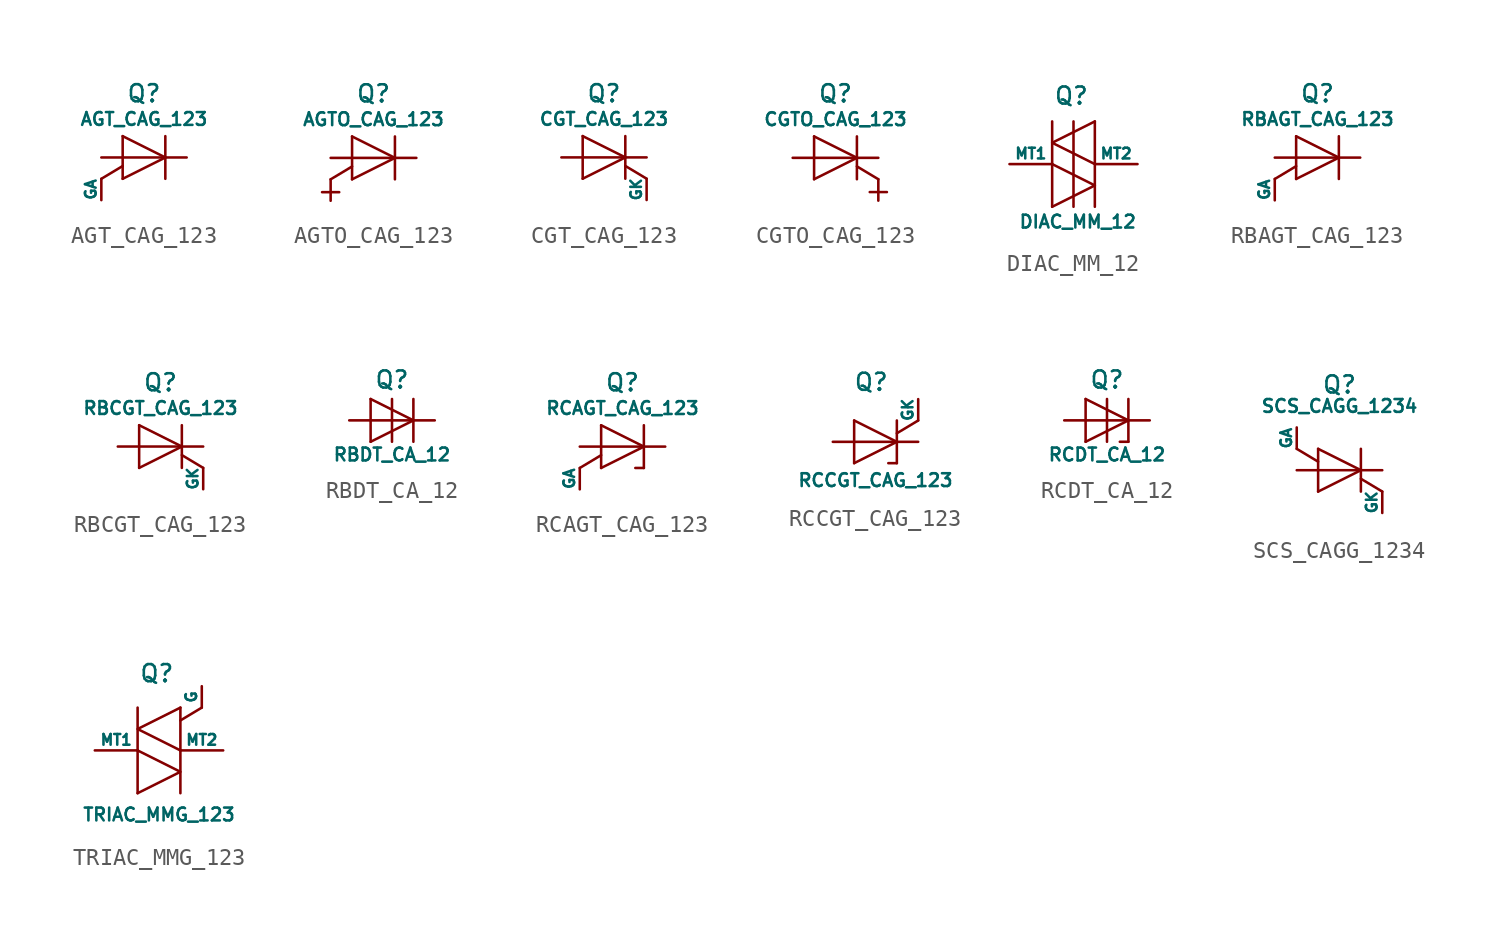
<source format=kicad_sym>
(kicad_symbol_lib
  (version 20211014)
  (generator kicad_symbol_editor)
  (symbol "AGT_CAG_123"
    (pin_numbers hide)
    (pin_names
      (offset 0))
    (property "Reference" "Q"
      (at 0 3.81 0)
      (effects (font (size 1.016 1.016))))
    (property "Value" "AGT_CAG_123"
      (at 0 2.286 0)
      (effects (font (size 0.762 0.762))))
    (property "Footprint" ""
      (at 0 0 0)
      (effects (font (size 1.524 1.524))))
    (property "Datasheet" ""
      (at 0 0 0)
      (effects (font (size 1.524 1.524))))
    (symbol "AGT_CAG_123_0_1"
      (polyline (pts (xy -1.27 -0.508) (xy -2.54 -1.27)) (stroke (width 0) (type default) (color 0 0 0 0)) (fill (type none)))
      (polyline (pts (xy -1.27 0) (xy 1.27 0)) (stroke (width 0) (type default) (color 0 0 0 0)) (fill (type none)))
      (polyline (pts (xy -1.27 1.27) (xy -1.27 -1.27)) (stroke (width 0) (type default) (color 0 0 0 0)) (fill (type none)))
      (polyline (pts (xy 1.27 1.27) (xy 1.27 -1.27)) (stroke (width 0) (type default) (color 0 0 0 0)) (fill (type none)))
      (polyline (pts (xy -1.27 1.27) (xy 1.27 0) (xy -1.27 -1.27)) (stroke (width 0) (type default) (color 0 0 0 0)) (fill (type none))))
    (symbol "AGT_CAG_123_1_1"
      (pin passive line (at 2.54 0 180) (length 1.27) (name "~" (effects (font (size 0.635 0.635)))) (number "1" (effects (font (size 0.635 0.635)))))
      (pin passive line (at -2.54 0 0) (length 1.27) (name "~" (effects (font (size 0.635 0.635)))) (number "2" (effects (font (size 0.635 0.635)))))
      (pin passive line (at -2.54 -2.54 90) (length 1.27) (name "GA" (effects (font (size 0.635 0.635)))) (number "3" (effects (font (size 0.635 0.635)))))))
  (symbol "AGTO_CAG_123"
    (pin_numbers hide)
    (pin_names
      (offset 0) hide)
    (property "Reference" "Q"
      (at 0 3.81 0)
      (effects (font (size 1.016 1.016))))
    (property "Value" "AGTO_CAG_123"
      (at 0 2.286 0)
      (effects (font (size 0.762 0.762))))
    (property "Footprint" ""
      (at 0 0 0)
      (effects (font (size 1.524 1.524))))
    (property "Datasheet" ""
      (at 0 0 0)
      (effects (font (size 1.524 1.524))))
    (symbol "AGTO_CAG_123_0_1"
      (polyline (pts (xy -3.048 -2.032) (xy -2.032 -2.032)) (stroke (width 0) (type default) (color 0 0 0 0)) (fill (type none)))
      (polyline (pts (xy -1.27 -0.508) (xy -2.54 -1.27)) (stroke (width 0) (type default) (color 0 0 0 0)) (fill (type none)))
      (polyline (pts (xy -1.27 0) (xy 1.27 0)) (stroke (width 0) (type default) (color 0 0 0 0)) (fill (type none)))
      (polyline (pts (xy -1.27 1.27) (xy -1.27 -1.27)) (stroke (width 0) (type default) (color 0 0 0 0)) (fill (type none)))
      (polyline (pts (xy 1.27 1.27) (xy 1.27 -1.27)) (stroke (width 0) (type default) (color 0 0 0 0)) (fill (type none)))
      (polyline (pts (xy -1.27 1.27) (xy 1.27 0) (xy -1.27 -1.27)) (stroke (width 0) (type default) (color 0 0 0 0)) (fill (type none))))
    (symbol "AGTO_CAG_123_1_1"
      (pin passive line (at 2.54 0 180) (length 1.27) (name "~" (effects (font (size 0.635 0.635)))) (number "1" (effects (font (size 0.635 0.635)))))
      (pin passive line (at -2.54 0 0) (length 1.27) (name "~" (effects (font (size 0.635 0.635)))) (number "2" (effects (font (size 0.635 0.635)))))
      (pin passive line (at -2.54 -2.54 90) (length 1.27) (name "GA" (effects (font (size 0.635 0.635)))) (number "3" (effects (font (size 0.635 0.635)))))))
  (symbol "CGT_CAG_123"
    (pin_numbers hide)
    (pin_names
      (offset 0))
    (property "Reference" "Q"
      (at 0 3.81 0)
      (effects (font (size 1.016 1.016))))
    (property "Value" "CGT_CAG_123"
      (at 0 2.286 0)
      (effects (font (size 0.762 0.762))))
    (property "Footprint" ""
      (at 0 0 0)
      (effects (font (size 1.524 1.524))))
    (property "Datasheet" ""
      (at 0 0 0)
      (effects (font (size 1.524 1.524))))
    (symbol "CGT_CAG_123_0_1"
      (polyline (pts (xy -1.27 0) (xy 1.27 0)) (stroke (width 0) (type default) (color 0 0 0 0)) (fill (type none)))
      (polyline (pts (xy -1.27 1.27) (xy -1.27 -1.27)) (stroke (width 0) (type default) (color 0 0 0 0)) (fill (type none)))
      (polyline (pts (xy 1.27 -0.508) (xy 2.54 -1.27)) (stroke (width 0) (type default) (color 0 0 0 0)) (fill (type none)))
      (polyline (pts (xy 1.27 1.27) (xy 1.27 -1.27)) (stroke (width 0) (type default) (color 0 0 0 0)) (fill (type none)))
      (polyline (pts (xy -1.27 1.27) (xy 1.27 0) (xy -1.27 -1.27)) (stroke (width 0) (type default) (color 0 0 0 0)) (fill (type none))))
    (symbol "CGT_CAG_123_1_1"
      (pin passive line (at 2.54 0 180) (length 1.27) (name "~" (effects (font (size 0.635 0.635)))) (number "1" (effects (font (size 0.635 0.635)))))
      (pin passive line (at -2.54 0 0) (length 1.27) (name "~" (effects (font (size 0.635 0.635)))) (number "2" (effects (font (size 0.635 0.635)))))
      (pin passive line (at 2.54 -2.54 90) (length 1.27) (name "GK" (effects (font (size 0.635 0.635)))) (number "3" (effects (font (size 0.635 0.635)))))))
  (symbol "CGTO_CAG_123"
    (pin_numbers hide)
    (pin_names
      (offset 0) hide)
    (property "Reference" "Q"
      (at 0 3.81 0)
      (effects (font (size 1.016 1.016))))
    (property "Value" "CGTO_CAG_123"
      (at 0 2.286 0)
      (effects (font (size 0.762 0.762))))
    (property "Footprint" ""
      (at 0 0 0)
      (effects (font (size 1.524 1.524))))
    (property "Datasheet" ""
      (at 0 0 0)
      (effects (font (size 1.524 1.524))))
    (symbol "CGTO_CAG_123_0_1"
      (polyline (pts (xy -1.27 0) (xy 1.27 0)) (stroke (width 0) (type default) (color 0 0 0 0)) (fill (type none)))
      (polyline (pts (xy -1.27 1.27) (xy -1.27 -1.27)) (stroke (width 0) (type default) (color 0 0 0 0)) (fill (type none)))
      (polyline (pts (xy 1.27 -0.508) (xy 2.54 -1.27)) (stroke (width 0) (type default) (color 0 0 0 0)) (fill (type none)))
      (polyline (pts (xy 1.27 1.27) (xy 1.27 -1.27)) (stroke (width 0) (type default) (color 0 0 0 0)) (fill (type none)))
      (polyline (pts (xy 2.032 -2.032) (xy 3.048 -2.032)) (stroke (width 0) (type default) (color 0 0 0 0)) (fill (type none)))
      (polyline (pts (xy -1.27 1.27) (xy 1.27 0) (xy -1.27 -1.27)) (stroke (width 0) (type default) (color 0 0 0 0)) (fill (type none))))
    (symbol "CGTO_CAG_123_1_1"
      (pin passive line (at 2.54 0 180) (length 1.27) (name "~" (effects (font (size 0.635 0.635)))) (number "1" (effects (font (size 0.635 0.635)))))
      (pin passive line (at -2.54 0 0) (length 1.27) (name "~" (effects (font (size 0.635 0.635)))) (number "2" (effects (font (size 0.635 0.635)))))
      (pin passive line (at 2.54 -2.54 90) (length 1.27) (name "GK" (effects (font (size 0.635 0.635)))) (number "3" (effects (font (size 0.635 0.635)))))))
  (symbol "DIAC_MM_12"
    (pin_numbers hide)
    (pin_names
      (offset 0))
    (property "Reference" "Q"
      (at -0.127 4.064 0)
      (effects (font (size 1.016 1.016))))
    (property "Value" "DIAC_MM_12"
      (at 0.254 -3.429 0)
      (effects (font (size 0.762 0.762))))
    (property "Footprint" ""
      (at 0 0 0)
      (effects (font (size 1.524 1.524))))
    (property "Datasheet" ""
      (at 0 0 0)
      (effects (font (size 1.524 1.524))))
    (symbol "DIAC_MM_12_0_1"
      (polyline (pts (xy -1.27 0) (xy -1.27 -2.54)) (stroke (width 0) (type default) (color 0 0 0 0)) (fill (type none)))
      (polyline (pts (xy -1.27 2.54) (xy -1.27 0)) (stroke (width 0) (type default) (color 0 0 0 0)) (fill (type none)))
      (polyline (pts (xy 0 2.54) (xy 0 -2.54)) (stroke (width 0) (type default) (color 0 0 0 0)) (fill (type none)))
      (polyline (pts (xy 1.27 0) (xy 1.27 -2.54)) (stroke (width 0) (type default) (color 0 0 0 0)) (fill (type none)))
      (polyline (pts (xy 1.27 2.54) (xy 1.27 0)) (stroke (width 0) (type default) (color 0 0 0 0)) (fill (type none)))
      (polyline (pts (xy -1.27 0) (xy 1.27 -1.27) (xy -1.27 -2.54)) (stroke (width 0) (type default) (color 0 0 0 0)) (fill (type none)))
      (polyline (pts (xy 1.27 2.54) (xy -1.27 1.27) (xy 1.27 0)) (stroke (width 0) (type default) (color 0 0 0 0)) (fill (type none))))
    (symbol "DIAC_MM_12_1_1"
      (pin passive line (at -3.81 0 0) (length 2.54) (name "MT1" (effects (font (size 0.635 0.635)))) (number "1" (effects (font (size 0.635 0.635)))))
      (pin passive line (at 3.81 0 180) (length 2.54) (name "MT2" (effects (font (size 0.635 0.635)))) (number "2" (effects (font (size 0.635 0.635)))))))
  (symbol "RBAGT_CAG_123"
    (pin_numbers hide)
    (pin_names
      (offset 0))
    (property "Reference" "Q"
      (at 0 3.81 0)
      (effects (font (size 1.016 1.016))))
    (property "Value" "RBAGT_CAG_123"
      (at 0 2.286 0)
      (effects (font (size 0.762 0.762))))
    (property "Footprint" ""
      (at 0 0 0)
      (effects (font (size 1.524 1.524))))
    (property "Datasheet" ""
      (at 0 0 0)
      (effects (font (size 1.524 1.524))))
    (symbol "RBAGT_CAG_123_0_1"
      (polyline (pts (xy -1.27 -0.508) (xy -2.54 -1.27)) (stroke (width 0) (type default) (color 0 0 0 0)) (fill (type none)))
      (polyline (pts (xy -1.27 0) (xy 1.27 0)) (stroke (width 0) (type default) (color 0 0 0 0)) (fill (type none)))
      (polyline (pts (xy -1.27 1.27) (xy -1.27 -1.27)) (stroke (width 0) (type default) (color 0 0 0 0)) (fill (type none)))
      (polyline (pts (xy 1.27 1.27) (xy 1.27 -1.27)) (stroke (width 0) (type default) (color 0 0 0 0)) (fill (type none)))
      (polyline (pts (xy -1.27 1.27) (xy 1.27 0) (xy -1.27 -1.27)) (stroke (width 0) (type default) (color 0 0 0 0)) (fill (type none))))
    (symbol "RBAGT_CAG_123_1_1"
      (pin passive line (at 2.54 0 180) (length 1.27) (name "~" (effects (font (size 0.635 0.635)))) (number "1" (effects (font (size 0.635 0.635)))))
      (pin passive line (at -2.54 0 0) (length 1.27) (name "~" (effects (font (size 0.635 0.635)))) (number "2" (effects (font (size 0.635 0.635)))))
      (pin passive line (at -2.54 -2.54 90) (length 1.27) (name "GA" (effects (font (size 0.635 0.635)))) (number "3" (effects (font (size 0.635 0.635)))))))
  (symbol "RBCGT_CAG_123"
    (pin_numbers hide)
    (pin_names
      (offset 0))
    (property "Reference" "Q"
      (at 0 3.81 0)
      (effects (font (size 1.016 1.016))))
    (property "Value" "RBCGT_CAG_123"
      (at 0 2.286 0)
      (effects (font (size 0.762 0.762))))
    (property "Footprint" ""
      (at 0 0 0)
      (effects (font (size 1.524 1.524))))
    (property "Datasheet" ""
      (at 0 0 0)
      (effects (font (size 1.524 1.524))))
    (symbol "RBCGT_CAG_123_0_1"
      (polyline (pts (xy -1.27 0) (xy 1.27 0)) (stroke (width 0) (type default) (color 0 0 0 0)) (fill (type none)))
      (polyline (pts (xy -1.27 1.27) (xy -1.27 -1.27)) (stroke (width 0) (type default) (color 0 0 0 0)) (fill (type none)))
      (polyline (pts (xy 1.27 1.27) (xy 1.27 -1.27)) (stroke (width 0) (type default) (color 0 0 0 0)) (fill (type none)))
      (polyline (pts (xy 2.54 -1.27) (xy 1.27 -0.508)) (stroke (width 0) (type default) (color 0 0 0 0)) (fill (type none)))
      (polyline (pts (xy -1.27 1.27) (xy 1.27 0) (xy -1.27 -1.27)) (stroke (width 0) (type default) (color 0 0 0 0)) (fill (type none))))
    (symbol "RBCGT_CAG_123_1_1"
      (pin passive line (at 2.54 0 180) (length 1.27) (name "~" (effects (font (size 0.635 0.635)))) (number "1" (effects (font (size 0.635 0.635)))))
      (pin passive line (at -2.54 0 0) (length 1.27) (name "~" (effects (font (size 0.635 0.635)))) (number "2" (effects (font (size 0.635 0.635)))))
      (pin passive line (at 2.54 -2.54 90) (length 1.27) (name "GK" (effects (font (size 0.635 0.635)))) (number "3" (effects (font (size 0.635 0.635)))))))
  (symbol "RBDT_CA_12"
    (pin_numbers hide)
    (pin_names
      (offset 0))
    (property "Reference" "Q"
      (at 0 2.413 0)
      (effects (font (size 1.016 1.016))))
    (property "Value" "RBDT_CA_12"
      (at 0 -2.032 0)
      (effects (font (size 0.762 0.762))))
    (property "Footprint" ""
      (at 0 0 0)
      (effects (font (size 1.524 1.524))))
    (property "Datasheet" ""
      (at 0 0 0)
      (effects (font (size 1.524 1.524))))
    (symbol "RBDT_CA_12_0_1"
      (polyline (pts (xy -1.27 0) (xy 1.27 0)) (stroke (width 0) (type default) (color 0 0 0 0)) (fill (type none)))
      (polyline (pts (xy -1.27 1.27) (xy -1.27 -1.27)) (stroke (width 0) (type default) (color 0 0 0 0)) (fill (type none)))
      (polyline (pts (xy 0 1.27) (xy 0 -1.27)) (stroke (width 0) (type default) (color 0 0 0 0)) (fill (type none)))
      (polyline (pts (xy 1.27 1.27) (xy 1.27 -1.27)) (stroke (width 0) (type default) (color 0 0 0 0)) (fill (type none)))
      (polyline (pts (xy -1.27 1.27) (xy 1.27 0) (xy -1.27 -1.27)) (stroke (width 0) (type default) (color 0 0 0 0)) (fill (type none))))
    (symbol "RBDT_CA_12_1_1"
      (pin passive line (at 2.54 0 180) (length 1.27) (name "~" (effects (font (size 0.635 0.635)))) (number "1" (effects (font (size 0.635 0.635)))))
      (pin passive line (at -2.54 0 0) (length 1.27) (name "~" (effects (font (size 0.635 0.635)))) (number "2" (effects (font (size 0.635 0.635)))))))
  (symbol "RCAGT_CAG_123"
    (pin_numbers hide)
    (pin_names
      (offset 0))
    (property "Reference" "Q"
      (at 0 3.81 0)
      (effects (font (size 1.016 1.016))))
    (property "Value" "RCAGT_CAG_123"
      (at 0 2.286 0)
      (effects (font (size 0.762 0.762))))
    (property "Footprint" ""
      (at 0 0 0)
      (effects (font (size 1.524 1.524))))
    (property "Datasheet" ""
      (at 0 0 0)
      (effects (font (size 1.524 1.524))))
    (symbol "RCAGT_CAG_123_0_1"
      (polyline (pts (xy -1.27 -0.508) (xy -2.54 -1.27)) (stroke (width 0) (type default) (color 0 0 0 0)) (fill (type none)))
      (polyline (pts (xy -1.27 0) (xy 1.27 0)) (stroke (width 0) (type default) (color 0 0 0 0)) (fill (type none)))
      (polyline (pts (xy -1.27 1.27) (xy -1.27 -1.27)) (stroke (width 0) (type default) (color 0 0 0 0)) (fill (type none)))
      (polyline (pts (xy 1.27 -1.27) (xy 0.762 -1.27)) (stroke (width 0) (type default) (color 0 0 0 0)) (fill (type none)))
      (polyline (pts (xy 1.27 1.27) (xy 1.27 -1.27)) (stroke (width 0) (type default) (color 0 0 0 0)) (fill (type none)))
      (polyline (pts (xy -1.27 1.27) (xy 1.27 0) (xy -1.27 -1.27)) (stroke (width 0) (type default) (color 0 0 0 0)) (fill (type none))))
    (symbol "RCAGT_CAG_123_1_1"
      (pin passive line (at 2.54 0 180) (length 1.27) (name "~" (effects (font (size 0.635 0.635)))) (number "1" (effects (font (size 0.635 0.635)))))
      (pin passive line (at -2.54 0 0) (length 1.27) (name "~" (effects (font (size 0.635 0.635)))) (number "2" (effects (font (size 0.635 0.635)))))
      (pin passive line (at -2.54 -2.54 90) (length 1.27) (name "GA" (effects (font (size 0.635 0.635)))) (number "3" (effects (font (size 0.635 0.635)))))))
  (symbol "RCCGT_CAG_123"
    (pin_numbers hide)
    (pin_names
      (offset 0))
    (property "Reference" "Q"
      (at -0.254 3.556 0)
      (effects (font (size 1.016 1.016))))
    (property "Value" "RCCGT_CAG_123"
      (at 0 -2.286 0)
      (effects (font (size 0.762 0.762))))
    (property "Footprint" ""
      (at 0 0 0)
      (effects (font (size 1.524 1.524))))
    (property "Datasheet" ""
      (at 0 0 0)
      (effects (font (size 1.524 1.524))))
    (symbol "RCCGT_CAG_123_0_1"
      (polyline (pts (xy -1.27 0) (xy 1.27 0)) (stroke (width 0) (type default) (color 0 0 0 0)) (fill (type none)))
      (polyline (pts (xy -1.27 1.27) (xy -1.27 -1.27)) (stroke (width 0) (type default) (color 0 0 0 0)) (fill (type none)))
      (polyline (pts (xy 1.27 -1.27) (xy 0.762 -1.27)) (stroke (width 0) (type default) (color 0 0 0 0)) (fill (type none)))
      (polyline (pts (xy 1.27 1.27) (xy 1.27 -1.27)) (stroke (width 0) (type default) (color 0 0 0 0)) (fill (type none)))
      (polyline (pts (xy 2.54 1.27) (xy 1.27 0.508)) (stroke (width 0) (type default) (color 0 0 0 0)) (fill (type none)))
      (polyline (pts (xy -1.27 1.27) (xy 1.27 0) (xy -1.27 -1.27)) (stroke (width 0) (type default) (color 0 0 0 0)) (fill (type none))))
    (symbol "RCCGT_CAG_123_1_1"
      (pin passive line (at 2.54 0 180) (length 1.27) (name "~" (effects (font (size 0.635 0.635)))) (number "1" (effects (font (size 0.635 0.635)))))
      (pin passive line (at -2.54 0 0) (length 1.27) (name "~" (effects (font (size 0.635 0.635)))) (number "2" (effects (font (size 0.635 0.635)))))
      (pin passive line (at 2.54 2.54 270) (length 1.27) (name "GK" (effects (font (size 0.635 0.635)))) (number "3" (effects (font (size 0.635 0.635)))))))
  (symbol "RCDT_CA_12"
    (pin_numbers hide)
    (pin_names
      (offset 0))
    (property "Reference" "Q"
      (at 0 2.413 0)
      (effects (font (size 1.016 1.016))))
    (property "Value" "RCDT_CA_12"
      (at 0 -2.032 0)
      (effects (font (size 0.762 0.762))))
    (property "Footprint" ""
      (at 0 0 0)
      (effects (font (size 1.524 1.524))))
    (property "Datasheet" ""
      (at 0 0 0)
      (effects (font (size 1.524 1.524))))
    (symbol "RCDT_CA_12_0_1"
      (polyline (pts (xy -1.27 0) (xy 1.27 0)) (stroke (width 0) (type default) (color 0 0 0 0)) (fill (type none)))
      (polyline (pts (xy -1.27 1.27) (xy -1.27 -1.27)) (stroke (width 0) (type default) (color 0 0 0 0)) (fill (type none)))
      (polyline (pts (xy 0 1.27) (xy 0 -1.27)) (stroke (width 0) (type default) (color 0 0 0 0)) (fill (type none)))
      (polyline (pts (xy 0.762 -1.27) (xy 1.27 -1.27)) (stroke (width 0) (type default) (color 0 0 0 0)) (fill (type none)))
      (polyline (pts (xy 1.27 1.27) (xy 1.27 -1.27)) (stroke (width 0) (type default) (color 0 0 0 0)) (fill (type none)))
      (polyline (pts (xy -1.27 1.27) (xy 1.27 0) (xy -1.27 -1.27)) (stroke (width 0) (type default) (color 0 0 0 0)) (fill (type none))))
    (symbol "RCDT_CA_12_1_1"
      (pin passive line (at 2.54 0 180) (length 1.27) (name "~" (effects (font (size 0.635 0.635)))) (number "1" (effects (font (size 0.635 0.635)))))
      (pin passive line (at -2.54 0 0) (length 1.27) (name "~" (effects (font (size 0.635 0.635)))) (number "2" (effects (font (size 0.635 0.635)))))))
  (symbol "SCS_CAGG_1234"
    (pin_numbers hide)
    (pin_names
      (offset 0))
    (property "Reference" "Q"
      (at 0 5.08 0)
      (effects (font (size 1.016 1.016))))
    (property "Value" "SCS_CAGG_1234"
      (at 0 3.81 0)
      (effects (font (size 0.762 0.762))))
    (property "Footprint" ""
      (at 0 0 0)
      (effects (font (size 1.524 1.524))))
    (property "Datasheet" ""
      (at 0 0 0)
      (effects (font (size 1.524 1.524))))
    (symbol "SCS_CAGG_1234_0_1"
      (polyline (pts (xy -1.27 0) (xy 1.27 0)) (stroke (width 0) (type default) (color 0 0 0 0)) (fill (type none)))
      (polyline (pts (xy -1.27 0.508) (xy -2.54 1.27)) (stroke (width 0) (type default) (color 0 0 0 0)) (fill (type none)))
      (polyline (pts (xy -1.27 1.27) (xy -1.27 -1.27)) (stroke (width 0) (type default) (color 0 0 0 0)) (fill (type none)))
      (polyline (pts (xy 1.27 1.27) (xy 1.27 -1.27)) (stroke (width 0) (type default) (color 0 0 0 0)) (fill (type none)))
      (polyline (pts (xy 2.54 -1.27) (xy 1.27 -0.508)) (stroke (width 0) (type default) (color 0 0 0 0)) (fill (type none)))
      (polyline (pts (xy -1.27 1.27) (xy 1.27 0) (xy -1.27 -1.27)) (stroke (width 0) (type default) (color 0 0 0 0)) (fill (type none))))
    (symbol "SCS_CAGG_1234_1_1"
      (pin passive line (at 2.54 0 180) (length 1.27) (name "~" (effects (font (size 0.635 0.635)))) (number "1" (effects (font (size 0.635 0.635)))))
      (pin passive line (at -2.54 0 0) (length 1.27) (name "~" (effects (font (size 0.635 0.635)))) (number "2" (effects (font (size 0.635 0.635)))))
      (pin passive line (at 2.54 -2.54 90) (length 1.27) (name "GK" (effects (font (size 0.635 0.635)))) (number "3" (effects (font (size 0.635 0.635)))))
      (pin passive line (at -2.54 2.54 270) (length 1.27) (name "GA" (effects (font (size 0.635 0.635)))) (number "4" (effects (font (size 0.635 0.635)))))))
  (symbol "TRIAC_MMG_123"
    (pin_numbers hide)
    (pin_names
      (offset 0))
    (property "Reference" "Q"
      (at -0.127 4.572 0)
      (effects (font (size 1.016 1.016))))
    (property "Value" "TRIAC_MMG_123"
      (at 0 -3.81 0)
      (effects (font (size 0.762 0.762))))
    (property "Footprint" ""
      (at 0 0 0)
      (effects (font (size 1.524 1.524))))
    (property "Datasheet" ""
      (at 0 0 0)
      (effects (font (size 1.524 1.524))))
    (symbol "TRIAC_MMG_123_0_1"
      (polyline (pts (xy -1.27 0) (xy -1.27 -2.54)) (stroke (width 0) (type default) (color 0 0 0 0)) (fill (type none)))
      (polyline (pts (xy -1.27 2.54) (xy -1.27 0)) (stroke (width 0) (type default) (color 0 0 0 0)) (fill (type none)))
      (polyline (pts (xy 1.27 0) (xy 1.27 -2.54)) (stroke (width 0) (type default) (color 0 0 0 0)) (fill (type none)))
      (polyline (pts (xy 1.27 1.778) (xy 2.54 2.54)) (stroke (width 0) (type default) (color 0 0 0 0)) (fill (type none)))
      (polyline (pts (xy 1.27 2.54) (xy 1.27 0)) (stroke (width 0) (type default) (color 0 0 0 0)) (fill (type none)))
      (polyline (pts (xy -1.27 0) (xy 1.27 -1.27) (xy -1.27 -2.54)) (stroke (width 0) (type default) (color 0 0 0 0)) (fill (type none)))
      (polyline (pts (xy 1.27 2.54) (xy -1.27 1.27) (xy 1.27 0)) (stroke (width 0) (type default) (color 0 0 0 0)) (fill (type none))))
    (symbol "TRIAC_MMG_123_1_1"
      (pin passive line (at -3.81 0 0) (length 2.54) (name "MT1" (effects (font (size 0.635 0.635)))) (number "1" (effects (font (size 0.635 0.635)))))
      (pin passive line (at 3.81 0 180) (length 2.54) (name "MT2" (effects (font (size 0.635 0.635)))) (number "2" (effects (font (size 0.635 0.635)))))
      (pin passive line (at 2.54 3.81 270) (length 1.27) (name "G" (effects (font (size 0.635 0.635)))) (number "3" (effects (font (size 0.635 0.635))))))))
</source>
